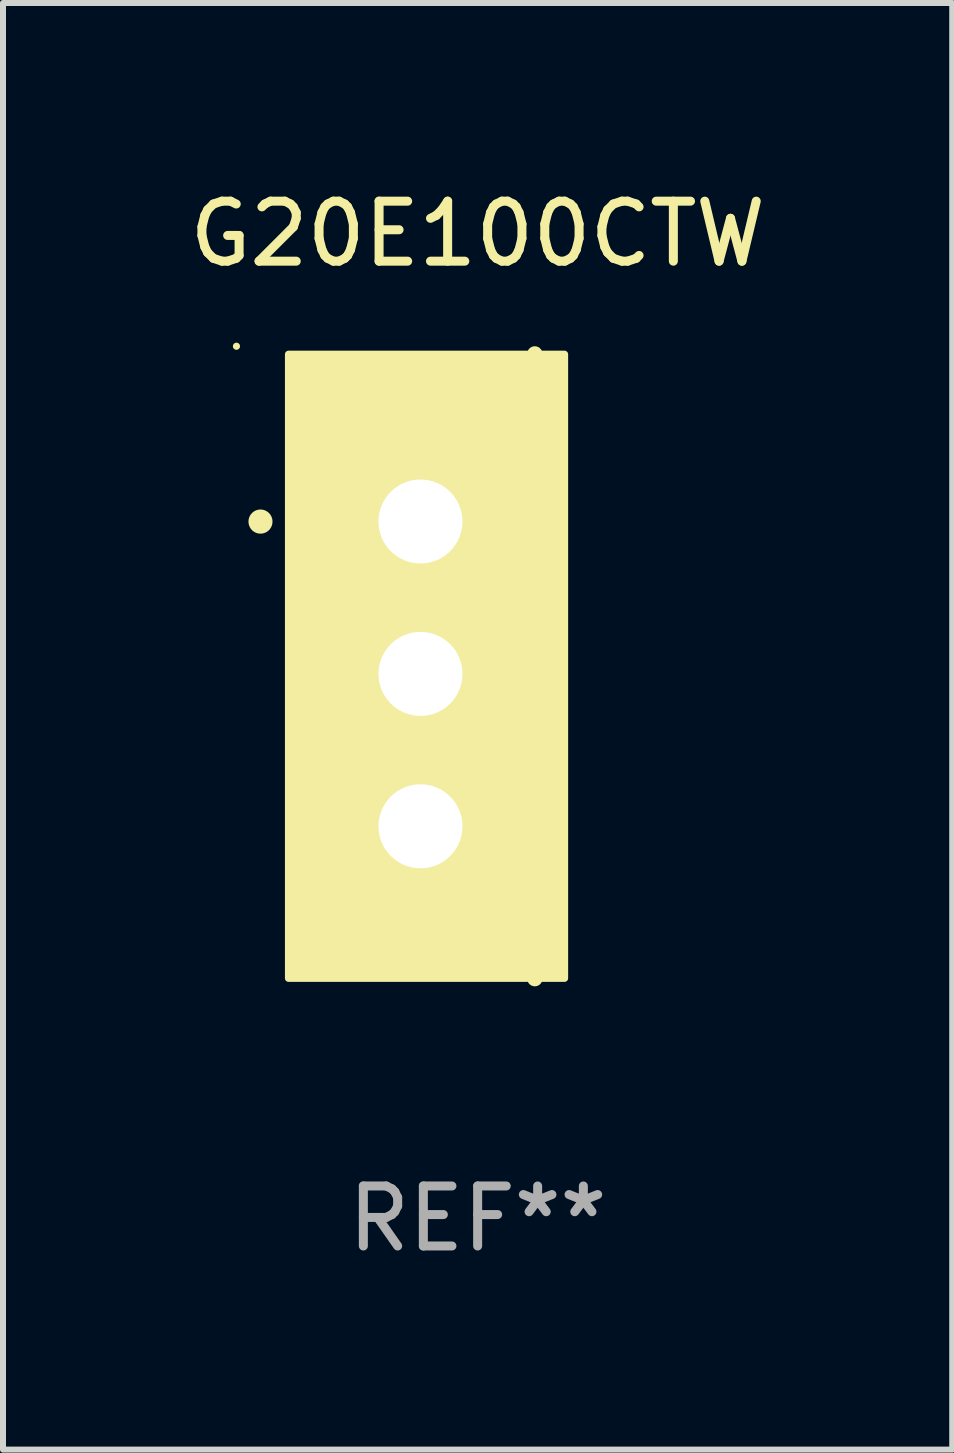
<source format=kicad_pcb>
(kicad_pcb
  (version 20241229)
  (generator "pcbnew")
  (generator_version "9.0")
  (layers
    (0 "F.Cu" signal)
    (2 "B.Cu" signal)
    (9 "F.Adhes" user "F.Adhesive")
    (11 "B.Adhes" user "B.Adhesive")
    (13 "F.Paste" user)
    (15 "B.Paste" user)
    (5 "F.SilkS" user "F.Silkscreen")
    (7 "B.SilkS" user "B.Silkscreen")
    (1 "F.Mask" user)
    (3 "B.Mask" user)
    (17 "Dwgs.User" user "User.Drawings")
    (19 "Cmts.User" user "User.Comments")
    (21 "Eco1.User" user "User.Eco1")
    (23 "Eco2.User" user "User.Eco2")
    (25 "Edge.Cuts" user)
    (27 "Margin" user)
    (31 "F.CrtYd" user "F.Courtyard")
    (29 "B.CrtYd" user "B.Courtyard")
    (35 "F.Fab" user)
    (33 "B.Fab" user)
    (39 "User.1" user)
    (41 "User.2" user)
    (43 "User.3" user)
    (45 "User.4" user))
  (footprint "G20E100CTW"
    (layer "F.Cu")
    (at 4.911 8.055)
    (property "Reference" "G20E100CTW" (at 0 -7.207 0) (layer "F.SilkS") (effects (font (size 1 1) (thickness 0.15))))
    (attr through_hole)
    (fp_line (start 0.953 5.207) (end 0.953 -5.207) (stroke (width 0.254) (type solid)) (layer "F.SilkS"))
    (fp_arc (start -3.619507 -2.410465) (mid -3.619511 -2.411735) (end -3.619507 -2.413005) (stroke (width 0.4) (type solid)) (layer "F.SilkS"))
    (fp_circle (center -4.02 -5.334) (end -3.99 -5.334) (stroke (width 0.06) (type solid)) (fill no) (layer "F.SilkS"))
    (fp_poly (pts (xy -3.152 -5.2) (xy 1.448 -5.2) (xy 1.448 5.2) (xy -3.152 5.2)) (stroke (width 0.12) (type solid)) (fill yes) (layer "F.SilkS"))
    (fp_text user "REF**" (at 0 9.207 0) (layer "F.Fab") (effects (font (size 1 1) (thickness 0.15))))
    (pad "1" thru_hole rect (at -0.953 -2.413 270) (size 2 2.5) (drill 1.4) (layers "*.Cu" "*.Mask"))
    (pad "2" thru_hole oval (at -0.953 0.127 270) (size 2 2.5) (drill 1.4) (layers "*.Cu" "*.Mask"))
    (pad "3" thru_hole oval (at -0.953 2.667 270) (size 2 2.5) (drill 1.4) (layers "*.Cu" "*.Mask")))
  (gr_rect
    (start -3 -3)
    (end 12.821 21.111)
    (stroke (width 0.1) (type default))
    (fill no)
    (layer "Edge.Cuts")))
</source>
